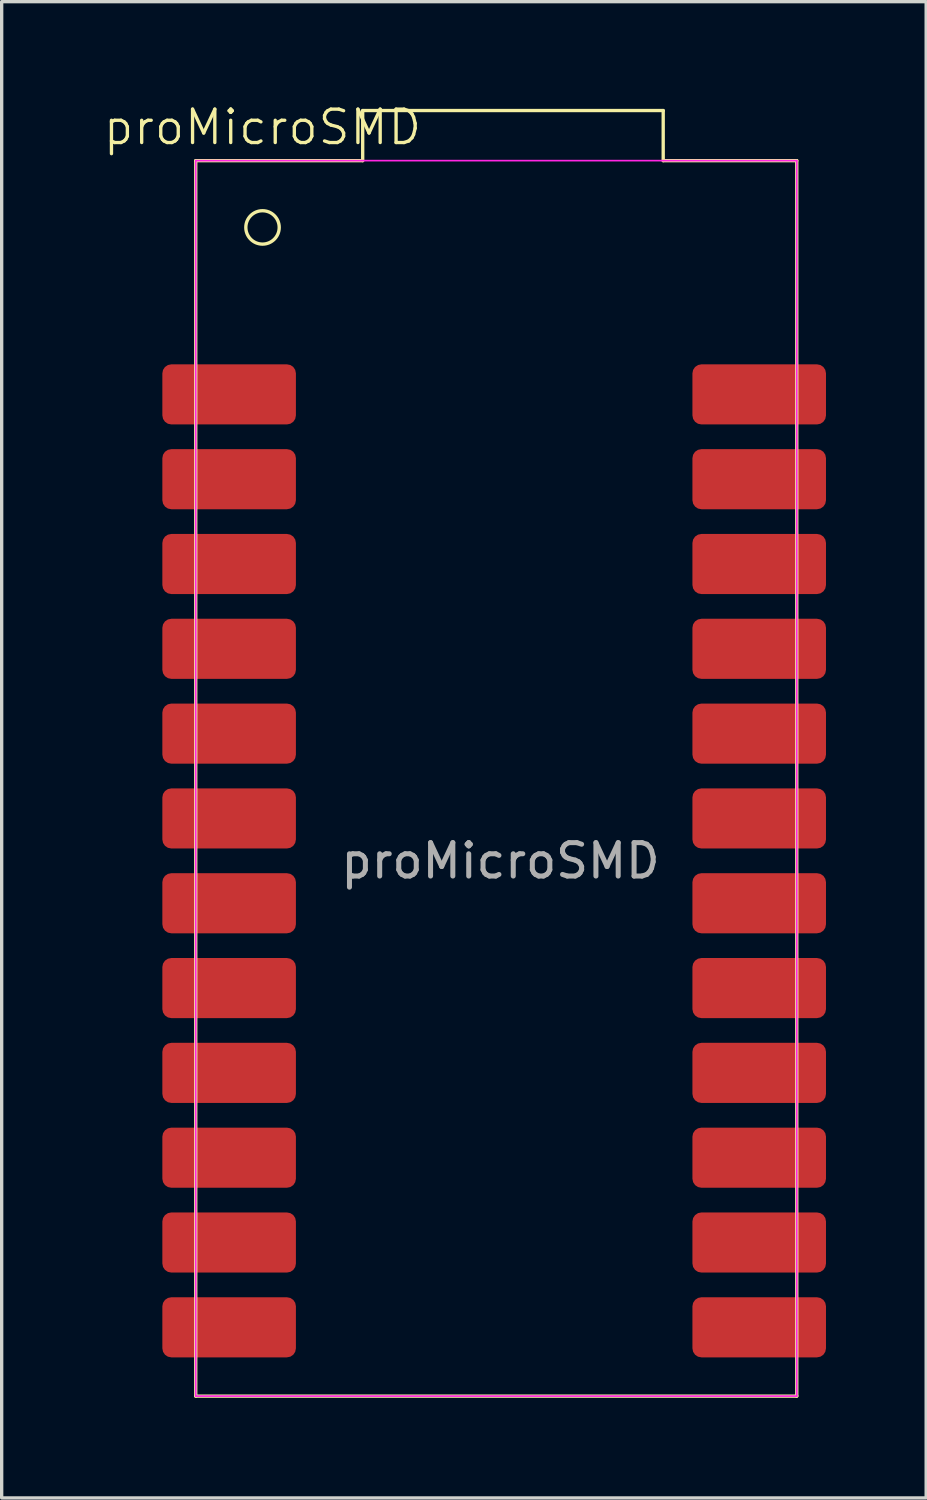
<source format=kicad_pcb>
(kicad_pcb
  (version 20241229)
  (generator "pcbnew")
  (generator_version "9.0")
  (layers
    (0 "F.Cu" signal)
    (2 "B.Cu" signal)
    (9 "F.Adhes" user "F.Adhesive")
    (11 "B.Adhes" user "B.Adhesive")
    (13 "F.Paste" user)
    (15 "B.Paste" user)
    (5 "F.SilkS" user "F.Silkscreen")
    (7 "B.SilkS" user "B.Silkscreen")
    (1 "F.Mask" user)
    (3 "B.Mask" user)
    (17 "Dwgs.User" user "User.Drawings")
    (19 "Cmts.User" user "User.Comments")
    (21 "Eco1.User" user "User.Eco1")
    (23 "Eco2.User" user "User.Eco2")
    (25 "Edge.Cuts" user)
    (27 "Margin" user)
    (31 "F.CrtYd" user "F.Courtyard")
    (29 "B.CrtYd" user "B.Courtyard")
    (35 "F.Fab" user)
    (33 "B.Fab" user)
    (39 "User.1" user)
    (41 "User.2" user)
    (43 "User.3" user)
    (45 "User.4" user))
  (footprint "proMicroSMD"
    (layer "F.Cu")
    (at 3.812 8.761)
    (property "Reference" "proMicroSMD" (at 1 -8 0) (unlocked yes) (layer "F.SilkS") (effects (font (size 1 1) (thickness 0.1))))
    (attr smd)
    (fp_line (start -1 -7) (end -1 30) (stroke (width 0.1) (type default)) (layer "F.SilkS"))
    (fp_line (start -1 30) (end 17 30) (stroke (width 0.1) (type default)) (layer "F.SilkS"))
    (fp_line (start 4 -8.5) (end 4 -7) (stroke (width 0.1) (type default)) (layer "F.SilkS"))
    (fp_line (start 4 -7) (end -1 -7) (stroke (width 0.1) (type default)) (layer "F.SilkS"))
    (fp_line (start 13 -8.5) (end 4 -8.5) (stroke (width 0.1) (type default)) (layer "F.SilkS"))
    (fp_line (start 13 -7) (end 13 -8.5) (stroke (width 0.1) (type default)) (layer "F.SilkS"))
    (fp_line (start 17 -7) (end 13 -7) (stroke (width 0.1) (type default)) (layer "F.SilkS"))
    (fp_line (start 17 30) (end 17 -7) (stroke (width 0.1) (type default)) (layer "F.SilkS"))
    (fp_circle (center 1 -5) (end 0.5 -5) (stroke (width 0.1) (type default)) (fill no) (layer "F.SilkS"))
    (fp_line (start -1 -7) (end -1 30) (stroke (width 0.05) (type default)) (layer "F.CrtYd"))
    (fp_line (start -1 -7) (end 17 -7) (stroke (width 0.05) (type default)) (layer "F.CrtYd"))
    (fp_line (start -1 30) (end 17 30) (stroke (width 0.05) (type default)) (layer "F.CrtYd"))
    (fp_line (start 17 30) (end 17 -7) (stroke (width 0.05) (type default)) (layer "F.CrtYd"))
    (fp_text user "${REFERENCE}" (at 8.128 13.97 0) (unlocked yes) (layer "F.Fab") (effects (font (size 1 1) (thickness 0.15))))
    (pad "0" smd roundrect (at 0 2.54) (size 4 1.8) (layers "F.Cu" "F.Mask" "F.Paste") (roundrect_rratio 0.15))
    (pad "1" smd roundrect (at 0 0) (size 4 1.8) (layers "F.Cu" "F.Mask" "F.Paste") (roundrect_rratio 0.15))
    (pad "2" smd roundrect (at 0 10.16) (size 4 1.8) (layers "F.Cu" "F.Mask" "F.Paste") (roundrect_rratio 0.15))
    (pad "3" smd roundrect (at 0 12.7) (size 4 1.8) (layers "F.Cu" "F.Mask" "F.Paste") (roundrect_rratio 0.15))
    (pad "4" smd roundrect (at 0 15.24) (size 4 1.8) (layers "F.Cu" "F.Mask" "F.Paste") (roundrect_rratio 0.15))
    (pad "5" smd roundrect (at 0 17.78) (size 4 1.8) (layers "F.Cu" "F.Mask" "F.Paste") (roundrect_rratio 0.15))
    (pad "6" smd roundrect (at 0 20.32) (size 4 1.8) (layers "F.Cu" "F.Mask" "F.Paste") (roundrect_rratio 0.15))
    (pad "7" smd roundrect (at 0 22.86) (size 4 1.8) (layers "F.Cu" "F.Mask" "F.Paste") (roundrect_rratio 0.15))
    (pad "8" smd roundrect (at 0 25.4) (size 4 1.8) (layers "F.Cu" "F.Mask" "F.Paste") (roundrect_rratio 0.15))
    (pad "9" smd roundrect (at 0 27.94) (size 4 1.8) (layers "F.Cu" "F.Mask" "F.Paste") (roundrect_rratio 0.15))
    (pad "10" smd roundrect (at 15.875 27.94) (size 4 1.8) (layers "F.Cu" "F.Mask" "F.Paste") (roundrect_rratio 0.15))
    (pad "11" smd roundrect (at 0 5.08) (size 4 1.8) (layers "F.Cu" "F.Mask" "F.Paste") (roundrect_rratio 0.15))
    (pad "12" smd roundrect (at 0 7.62) (size 4 1.8) (layers "F.Cu" "F.Mask" "F.Paste") (roundrect_rratio 0.15))
    (pad "13" smd roundrect (at 15.875 7.62) (size 4 1.8) (layers "F.Cu" "F.Mask" "F.Paste") (roundrect_rratio 0.15))
    (pad "14" smd roundrect (at 15.875 22.86) (size 4 1.8) (layers "F.Cu" "F.Mask" "F.Paste") (roundrect_rratio 0.15))
    (pad "15" smd roundrect (at 15.875 20.32) (size 4 1.8) (layers "F.Cu" "F.Mask" "F.Paste") (roundrect_rratio 0.15))
    (pad "16" smd roundrect (at 15.875 25.4) (size 4 1.8) (layers "F.Cu" "F.Mask" "F.Paste") (roundrect_rratio 0.15))
    (pad "17" smd roundrect (at 15.875 5.08) (size 4 1.8) (layers "F.Cu" "F.Mask" "F.Paste") (roundrect_rratio 0.15))
    (pad "18" smd roundrect (at 15.875 17.78) (size 4 1.8) (layers "F.Cu" "F.Mask" "F.Paste") (roundrect_rratio 0.15))
    (pad "19" smd roundrect (at 15.875 15.24) (size 4 1.8) (layers "F.Cu" "F.Mask" "F.Paste") (roundrect_rratio 0.15))
    (pad "20" smd roundrect (at 15.875 12.7) (size 4 1.8) (layers "F.Cu" "F.Mask" "F.Paste") (roundrect_rratio 0.15))
    (pad "21" smd roundrect (at 15.875 10.16) (size 4 1.8) (layers "F.Cu" "F.Mask" "F.Paste") (roundrect_rratio 0.15))
    (pad "22" smd roundrect (at 15.875 2.54) (size 4 1.8) (layers "F.Cu" "F.Mask" "F.Paste") (roundrect_rratio 0.15))
    (pad "23" smd roundrect (at 15.875 0) (size 4 1.8) (layers "F.Cu" "F.Mask" "F.Paste") (roundrect_rratio 0.15)))
  (gr_rect
    (start -3 -3)
    (end 24.687 41.81)
    (stroke (width 0.1) (type default))
    (fill no)
    (layer "Edge.Cuts")))
</source>
